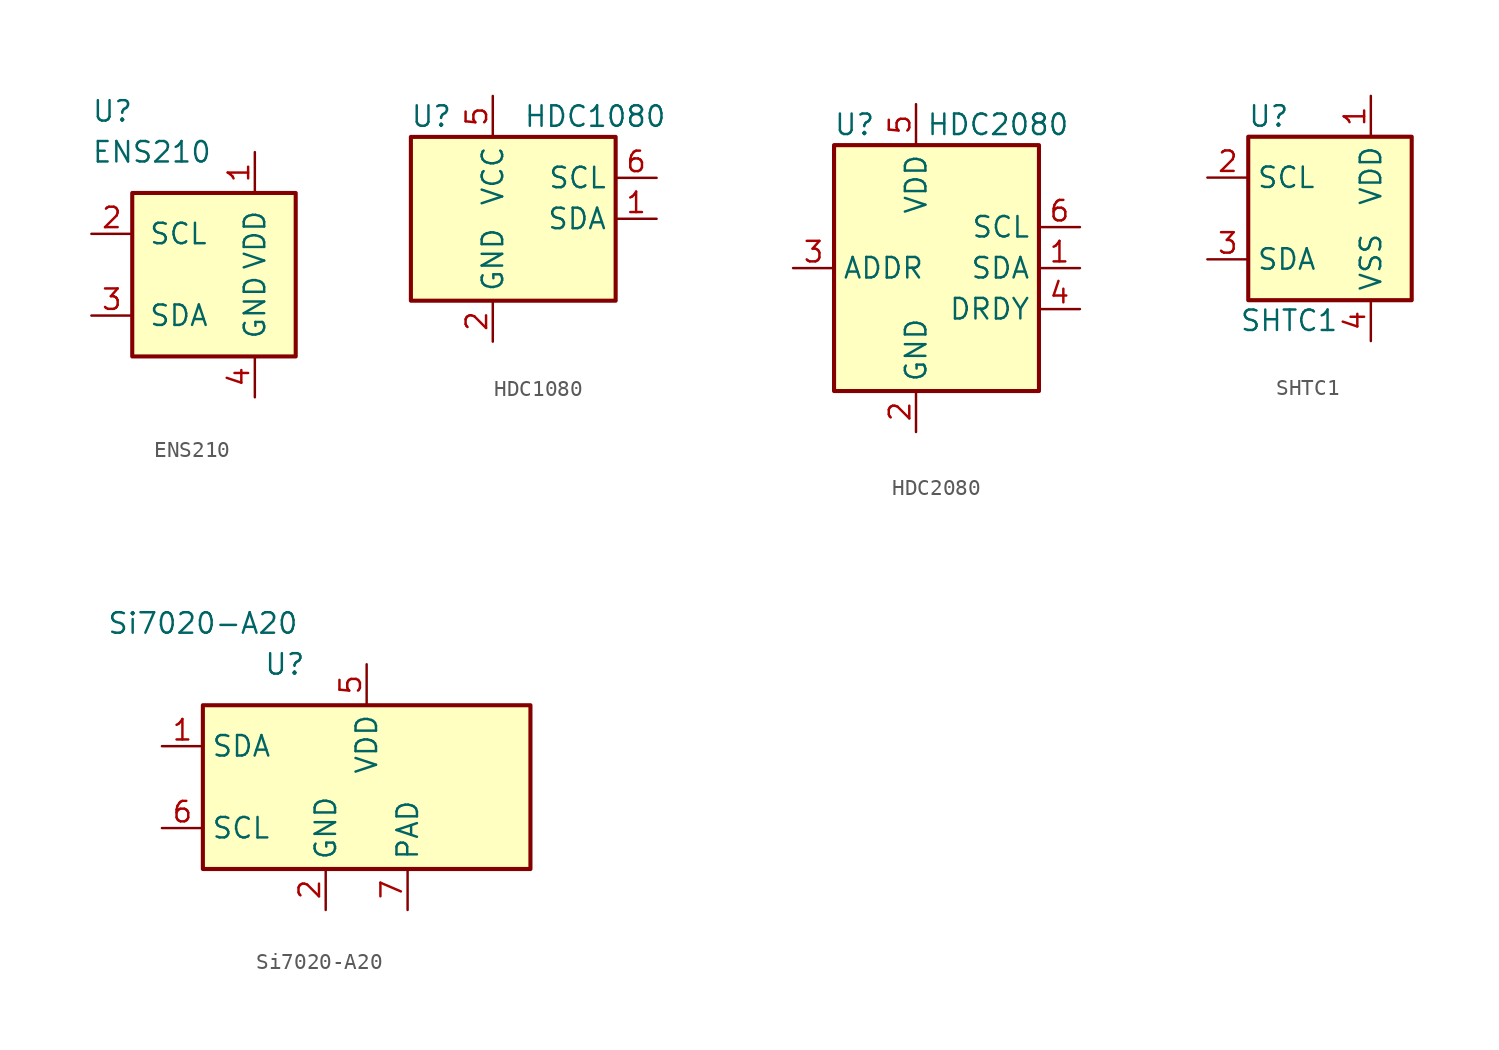
<source format=kicad_sym>
(kicad_symbol_lib
  (version 20201005)
  (generator kicad_symbol_editor)
  (symbol "Sensor_Humidity:ENS210"
    (pin_names
      (offset 1.016))
    (property "Reference" "U"
      (at -7.62 10.16 0)
      (effects (font (size 1.27 1.27)) (justify left)))
    (property "Value" "ENS210"
      (at -7.62 7.62 0)
      (effects (font (size 1.27 1.27)) (justify left)))
    (symbol "ENS210_0_1"
      (rectangle (start -5.08 5.08) (end 5.08 -5.08) (stroke (width 0.254)) (fill (type background))))
    (symbol "ENS210_1_1"
      (pin power_in line (at 2.54 7.62 270) (length 2.54) (name "VDD" (effects (font (size 1.27 1.27)))) (number "1" (effects (font (size 1.27 1.27)))))
      (pin input line (at -7.62 2.54 0) (length 2.54) (name "SCL" (effects (font (size 1.27 1.27)))) (number "2" (effects (font (size 1.27 1.27)))))
      (pin bidirectional line (at -7.62 -2.54 0) (length 2.54) (name "SDA" (effects (font (size 1.27 1.27)))) (number "3" (effects (font (size 1.27 1.27)))))
      (pin power_in line (at 2.54 -7.62 90) (length 2.54) (name "GND" (effects (font (size 1.27 1.27)))) (number "4" (effects (font (size 1.27 1.27)))))
      (pin passive line (at 2.54 -7.62 90) (length 2.54) hide (name "GND" (effects (font (size 1.27 1.27)))) (number "5" (effects (font (size 1.27 1.27)))))))
  (symbol "Sensor_Humidity:HDC1080"
    (property "Reference" "U"
      (at -6.35 6.35 0)
      (effects (font (size 1.27 1.27))))
    (property "Value" "HDC1080"
      (at 3.81 6.35 0)
      (effects (font (size 1.27 1.27))))
    (symbol "HDC1080_0_1"
      (rectangle (start -7.62 5.08) (end 5.08 -5.08) (stroke (width 0.254)) (fill (type background))))
    (symbol "HDC1080_1_1"
      (pin bidirectional line (at 7.62 0 180) (length 2.54) (name "SDA" (effects (font (size 1.27 1.27)))) (number "1" (effects (font (size 1.27 1.27)))))
      (pin power_in line (at -2.54 -7.62 90) (length 2.54) (name "GND" (effects (font (size 1.27 1.27)))) (number "2" (effects (font (size 1.27 1.27)))))
      (pin no_connect line (at -7.62 0 0) (length 2.54) hide (name "NC" (effects (font (size 1.27 1.27)))) (number "3" (effects (font (size 1.27 1.27)))))
      (pin no_connect line (at -7.62 -2.54 0) (length 2.54) hide (name "NC" (effects (font (size 1.27 1.27)))) (number "4" (effects (font (size 1.27 1.27)))))
      (pin power_in line (at -2.54 7.62 270) (length 2.54) (name "VCC" (effects (font (size 1.27 1.27)))) (number "5" (effects (font (size 1.27 1.27)))))
      (pin input line (at 7.62 2.54 180) (length 2.54) (name "SCL" (effects (font (size 1.27 1.27)))) (number "6" (effects (font (size 1.27 1.27)))))
      (pin no_connect line (at -7.62 2.54 0) (length 2.54) hide (name "DAP" (effects (font (size 1.27 1.27)))) (number "7" (effects (font (size 1.27 1.27)))))))
  (symbol "Sensor_Humidity:HDC2080"
    (property "Reference" "U"
      (at -6.35 8.89 0)
      (effects (font (size 1.27 1.27))))
    (property "Value" "HDC2080"
      (at 2.54 8.89 0)
      (effects (font (size 1.27 1.27))))
    (symbol "HDC2080_0_1"
      (rectangle (start -7.62 7.62) (end 5.08 -7.62) (stroke (width 0.254)) (fill (type background))))
    (symbol "HDC2080_1_1"
      (pin bidirectional line (at 7.62 0 180) (length 2.54) (name "SDA" (effects (font (size 1.27 1.27)))) (number "1" (effects (font (size 1.27 1.27)))))
      (pin power_in line (at -2.54 -10.16 90) (length 2.54) (name "GND" (effects (font (size 1.27 1.27)))) (number "2" (effects (font (size 1.27 1.27)))))
      (pin input line (at -10.16 0 0) (length 2.54) (name "ADDR" (effects (font (size 1.27 1.27)))) (number "3" (effects (font (size 1.27 1.27)))))
      (pin output line (at 7.62 -2.54 180) (length 2.54) (name "DRDY" (effects (font (size 1.27 1.27)))) (number "4" (effects (font (size 1.27 1.27)))))
      (pin power_in line (at -2.54 10.16 270) (length 2.54) (name "VDD" (effects (font (size 1.27 1.27)))) (number "5" (effects (font (size 1.27 1.27)))))
      (pin input line (at 7.62 2.54 180) (length 2.54) (name "SCL" (effects (font (size 1.27 1.27)))) (number "6" (effects (font (size 1.27 1.27)))))
      (pin no_connect line (at -10.16 -2.54 0) (length 2.54) hide (name "PAD" (effects (font (size 1.27 1.27)))) (number "7" (effects (font (size 1.27 1.27)))))))
  (symbol "Sensor_Humidity:SHTC1"
    (property "Reference" "U"
      (at -3.81 6.35 0)
      (effects (font (size 1.27 1.27))))
    (property "Value" "SHTC1"
      (at -2.54 -6.35 0)
      (effects (font (size 1.27 1.27))))
    (symbol "SHTC1_1_1"
      (rectangle (start -5.08 5.08) (end 5.08 -5.08) (stroke (width 0.254)) (fill (type background)))
      (pin power_in line (at 2.54 7.62 270) (length 2.54) (name "VDD" (effects (font (size 1.27 1.27)))) (number "1" (effects (font (size 1.27 1.27)))))
      (pin input line (at -7.62 2.54 0) (length 2.54) (name "SCL" (effects (font (size 1.27 1.27)))) (number "2" (effects (font (size 1.27 1.27)))))
      (pin bidirectional line (at -7.62 -2.54 0) (length 2.54) (name "SDA" (effects (font (size 1.27 1.27)))) (number "3" (effects (font (size 1.27 1.27)))))
      (pin power_in line (at 2.54 -7.62 90) (length 2.54) (name "VSS" (effects (font (size 1.27 1.27)))) (number "4" (effects (font (size 1.27 1.27)))))
      (pin no_connect line (at 5.08 0 180) (length 2.54) hide (name "NC" (effects (font (size 1.27 1.27)))) (number "5" (effects (font (size 1.27 1.27)))))))
  (symbol "Sensor_Humidity:Si7020-A20"
    (property "Reference" "U"
      (at -5.08 7.62 0)
      (effects (font (size 1.27 1.27))))
    (property "Value" "Si7020-A20"
      (at -10.16 10.16 0)
      (effects (font (size 1.27 1.27))))
    (symbol "Si7020-A20_0_1"
      (rectangle (start -10.16 5.08) (end 10.16 -5.08) (stroke (width 0.254)) (fill (type background))))
    (symbol "Si7020-A20_1_1"
      (pin bidirectional line (at -12.7 2.54 0) (length 2.54) (name "SDA" (effects (font (size 1.27 1.27)))) (number "1" (effects (font (size 1.27 1.27)))))
      (pin power_in line (at -2.54 -7.62 90) (length 2.54) (name "GND" (effects (font (size 1.27 1.27)))) (number "2" (effects (font (size 1.27 1.27)))))
      (pin no_connect line (at 10.16 2.54 180) (length 2.54) hide (name "NC" (effects (font (size 1.27 1.27)))) (number "3" (effects (font (size 1.27 1.27)))))
      (pin no_connect line (at 10.16 -2.54 180) (length 2.54) hide (name "NC" (effects (font (size 1.27 1.27)))) (number "4" (effects (font (size 1.27 1.27)))))
      (pin power_in line (at 0 7.62 270) (length 2.54) (name "VDD" (effects (font (size 1.27 1.27)))) (number "5" (effects (font (size 1.27 1.27)))))
      (pin input line (at -12.7 -2.54 0) (length 2.54) (name "SCL" (effects (font (size 1.27 1.27)))) (number "6" (effects (font (size 1.27 1.27)))))
      (pin passive line (at 2.54 -7.62 90) (length 2.54) (name "PAD" (effects (font (size 1.27 1.27)))) (number "7" (effects (font (size 1.27 1.27))))))))
</source>
